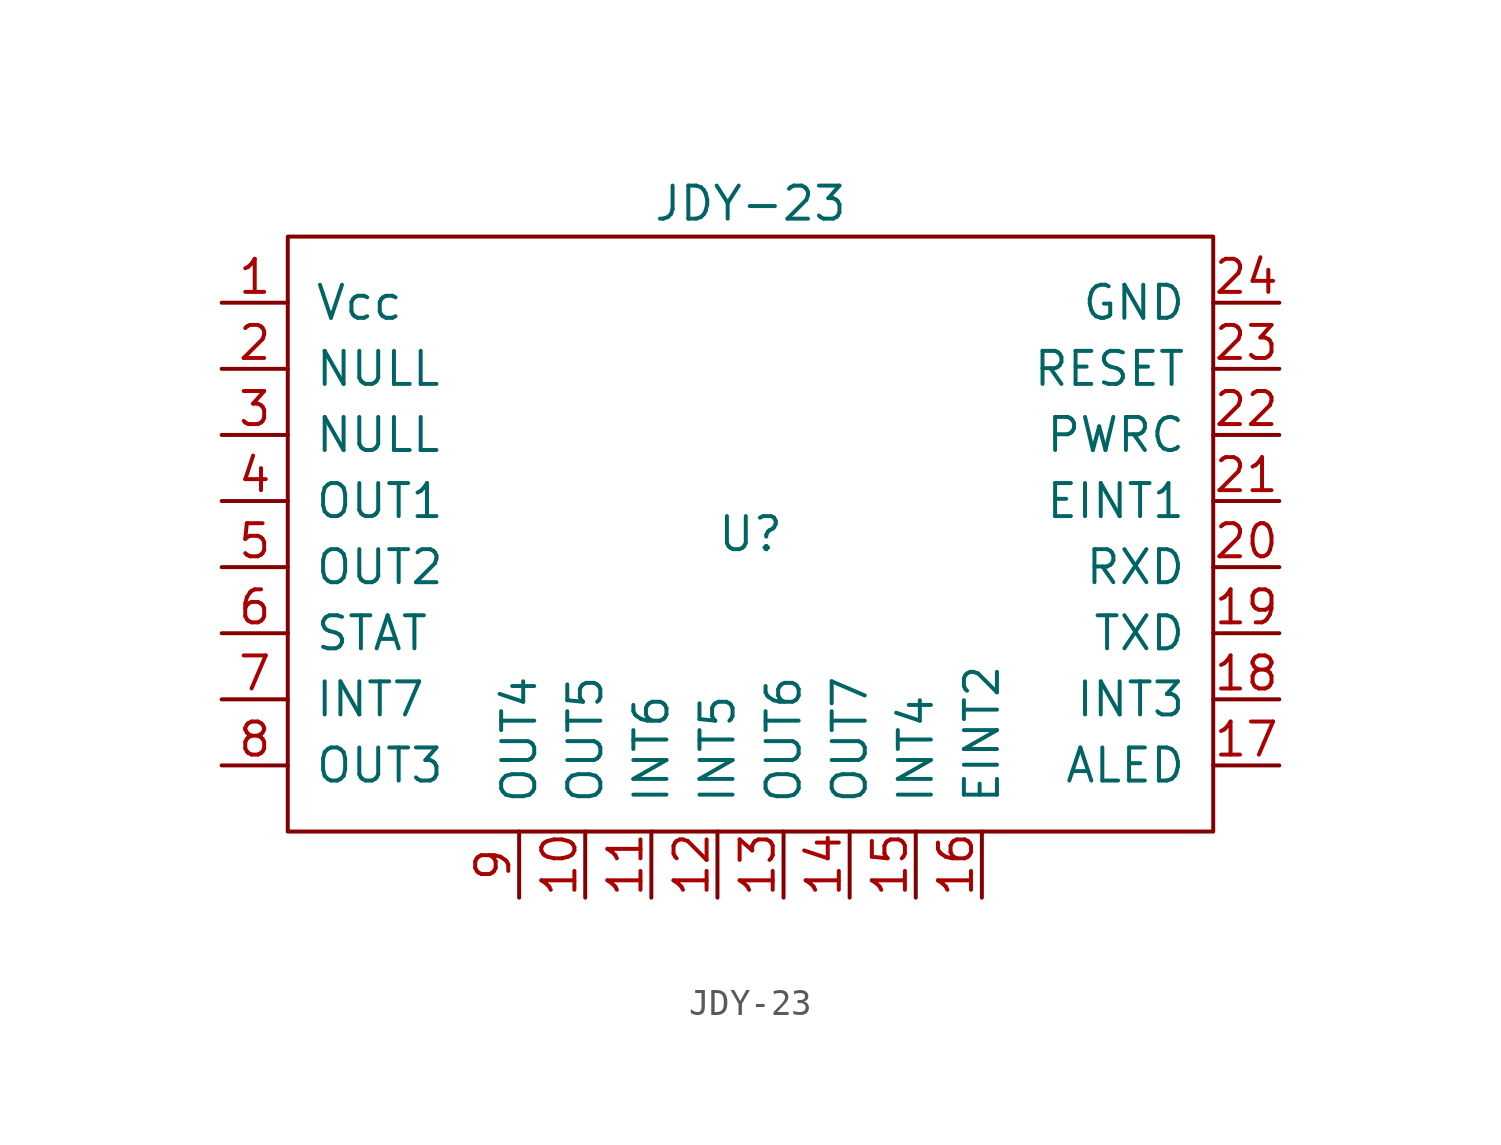
<source format=kicad_sym>
(kicad_symbol_lib
  (version 20211014)
  (generator kicad_symbol_editor)
  (symbol "JDY-23"
    (pin_names
      (offset 1.016))
    (property "Reference" "U"
      (at 0 -6.35 0)
      (effects (font (size 1.27 1.27))))
    (property "Value" "JDY-23"
      (at 0 6.35 0)
      (effects (font (size 1.27 1.27))))
    (symbol "JDY-23_0_1"
      (rectangle (start -17.78 5.08) (end 17.78 -17.78) (stroke (width 0) (type default) (color 0 0 0 0)) (fill (type none))))
    (symbol "JDY-23_1_1"
      (pin input line (at -20.32 2.54 0) (length 2.54) (name "Vcc" (effects (font (size 1.27 1.27)))) (number "1" (effects (font (size 1.27 1.27)))))
      (pin input line (at -6.35 -20.32 90) (length 2.54) (name "OUT5" (effects (font (size 1.27 1.27)))) (number "10" (effects (font (size 1.27 1.27)))))
      (pin input line (at -3.81 -20.32 90) (length 2.54) (name "INT6" (effects (font (size 1.27 1.27)))) (number "11" (effects (font (size 1.27 1.27)))))
      (pin input line (at -1.27 -20.32 90) (length 2.54) (name "INT5" (effects (font (size 1.27 1.27)))) (number "12" (effects (font (size 1.27 1.27)))))
      (pin input line (at 1.27 -20.32 90) (length 2.54) (name "OUT6" (effects (font (size 1.27 1.27)))) (number "13" (effects (font (size 1.27 1.27)))))
      (pin input line (at 3.81 -20.32 90) (length 2.54) (name "OUT7" (effects (font (size 1.27 1.27)))) (number "14" (effects (font (size 1.27 1.27)))))
      (pin input line (at 6.35 -20.32 90) (length 2.54) (name "INT4" (effects (font (size 1.27 1.27)))) (number "15" (effects (font (size 1.27 1.27)))))
      (pin input line (at 8.89 -20.32 90) (length 2.54) (name "EINT2" (effects (font (size 1.27 1.27)))) (number "16" (effects (font (size 1.27 1.27)))))
      (pin input line (at 20.32 -15.24 180) (length 2.54) (name "ALED" (effects (font (size 1.27 1.27)))) (number "17" (effects (font (size 1.27 1.27)))))
      (pin input line (at 20.32 -12.7 180) (length 2.54) (name "INT3" (effects (font (size 1.27 1.27)))) (number "18" (effects (font (size 1.27 1.27)))))
      (pin input line (at 20.32 -10.16 180) (length 2.54) (name "TXD" (effects (font (size 1.27 1.27)))) (number "19" (effects (font (size 1.27 1.27)))))
      (pin input line (at -20.32 0 0) (length 2.54) (name "NULL" (effects (font (size 1.27 1.27)))) (number "2" (effects (font (size 1.27 1.27)))))
      (pin input line (at 20.32 -7.62 180) (length 2.54) (name "RXD" (effects (font (size 1.27 1.27)))) (number "20" (effects (font (size 1.27 1.27)))))
      (pin input line (at 20.32 -5.08 180) (length 2.54) (name "EINT1" (effects (font (size 1.27 1.27)))) (number "21" (effects (font (size 1.27 1.27)))))
      (pin input line (at 20.32 -2.54 180) (length 2.54) (name "PWRC" (effects (font (size 1.27 1.27)))) (number "22" (effects (font (size 1.27 1.27)))))
      (pin input line (at 20.32 0 180) (length 2.54) (name "RESET" (effects (font (size 1.27 1.27)))) (number "23" (effects (font (size 1.27 1.27)))))
      (pin input line (at 20.32 2.54 180) (length 2.54) (name "GND" (effects (font (size 1.27 1.27)))) (number "24" (effects (font (size 1.27 1.27)))))
      (pin input line (at -20.32 -2.54 0) (length 2.54) (name "NULL" (effects (font (size 1.27 1.27)))) (number "3" (effects (font (size 1.27 1.27)))))
      (pin input line (at -20.32 -5.08 0) (length 2.54) (name "OUT1" (effects (font (size 1.27 1.27)))) (number "4" (effects (font (size 1.27 1.27)))))
      (pin input line (at -20.32 -7.62 0) (length 2.54) (name "OUT2" (effects (font (size 1.27 1.27)))) (number "5" (effects (font (size 1.27 1.27)))))
      (pin input line (at -20.32 -10.16 0) (length 2.54) (name "STAT" (effects (font (size 1.27 1.27)))) (number "6" (effects (font (size 1.27 1.27)))))
      (pin input line (at -20.32 -12.7 0) (length 2.54) (name "INT7" (effects (font (size 1.27 1.27)))) (number "7" (effects (font (size 1.27 1.27)))))
      (pin input line (at -20.32 -15.24 0) (length 2.54) (name "OUT3" (effects (font (size 1.27 1.27)))) (number "8" (effects (font (size 1.27 1.27)))))
      (pin input line (at -8.89 -20.32 90) (length 2.54) (name "OUT4" (effects (font (size 1.27 1.27)))) (number "9" (effects (font (size 1.27 1.27))))))))
</source>
